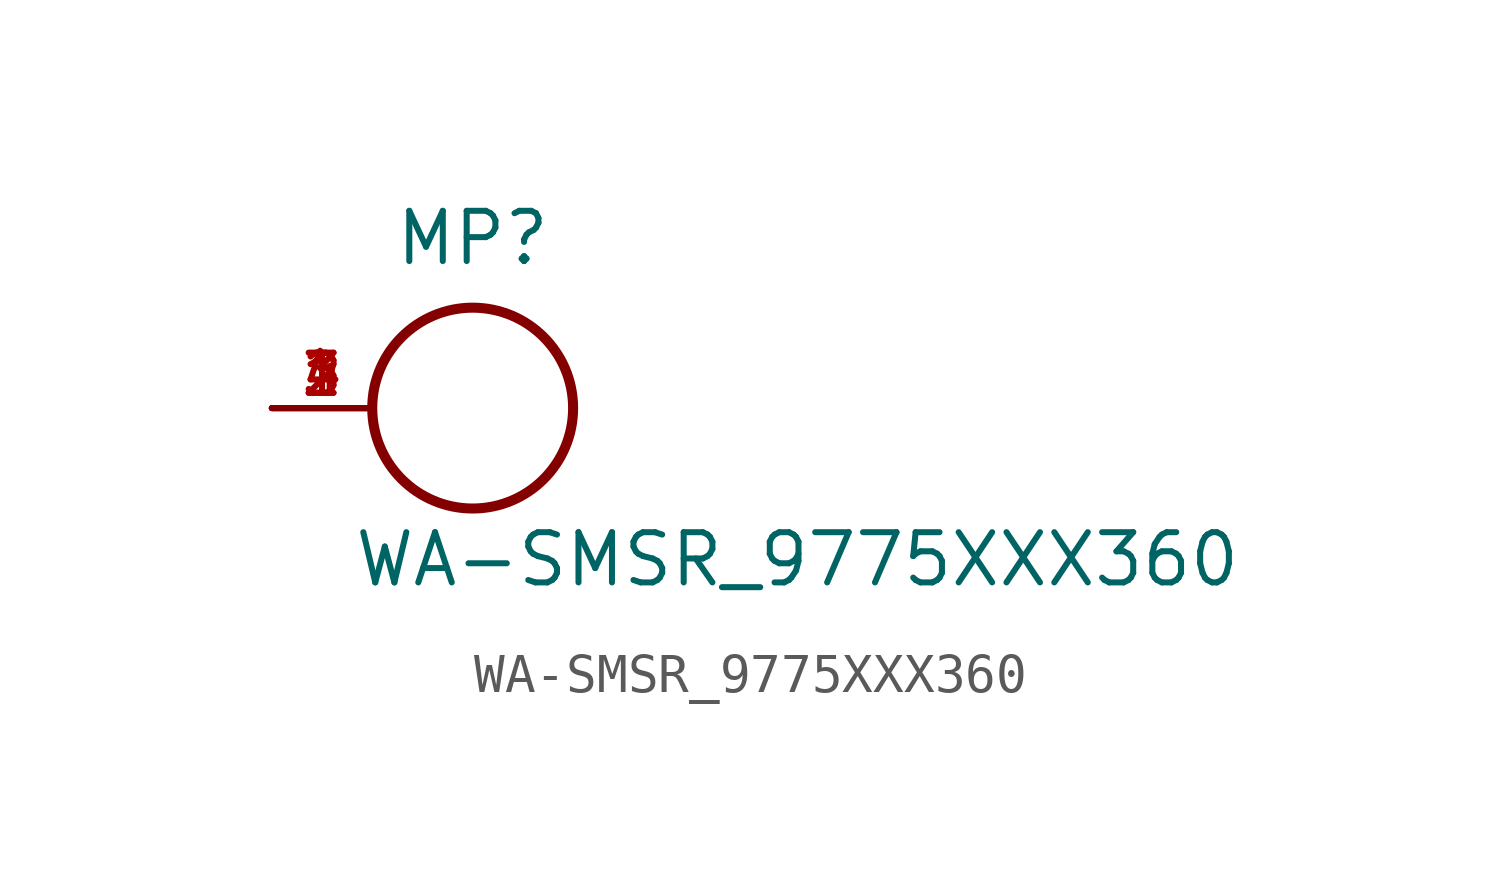
<source format=kicad_sym>
(kicad_symbol_lib
  (version 20211014)
  (generator kicad_symbol_editor)
  (symbol "WA-SMSR_9775XXX360"
    (pin_names
      (offset 1.016))
    (property "Reference" "MP"
      (at 0.0 3.556 0)
      (effects (font (size 1.27 1.27)) (justify bottom)))
    (property "Value" "WA-SMSR_9775XXX360"
      (at -3.048 -4.572 0)
      (effects (font (size 1.27 1.27)) (justify bottom left)))
    (symbol "WA-SMSR_9775XXX360_0_0"
      (circle (center 0.0 0.0) (radius 2.54) (stroke (width 0.254)) (fill (type none)))
      (pin passive line (at -5.08 0.0 0) (length 2.54) (name "~" (effects (font (size 1.016 1.016)))) (number "1" (effects (font (size 1.016 1.016)))))
      (pin passive line (at -5.08 0.0 0) (length 2.54) (name "~" (effects (font (size 1.016 1.016)))) (number "2" (effects (font (size 1.016 1.016)))))
      (pin passive line (at -5.08 0.0 0) (length 2.54) (name "~" (effects (font (size 1.016 1.016)))) (number "3" (effects (font (size 1.016 1.016)))))
      (pin passive line (at -5.08 0.0 0) (length 2.54) (name "~" (effects (font (size 1.016 1.016)))) (number "4" (effects (font (size 1.016 1.016))))))))
</source>
